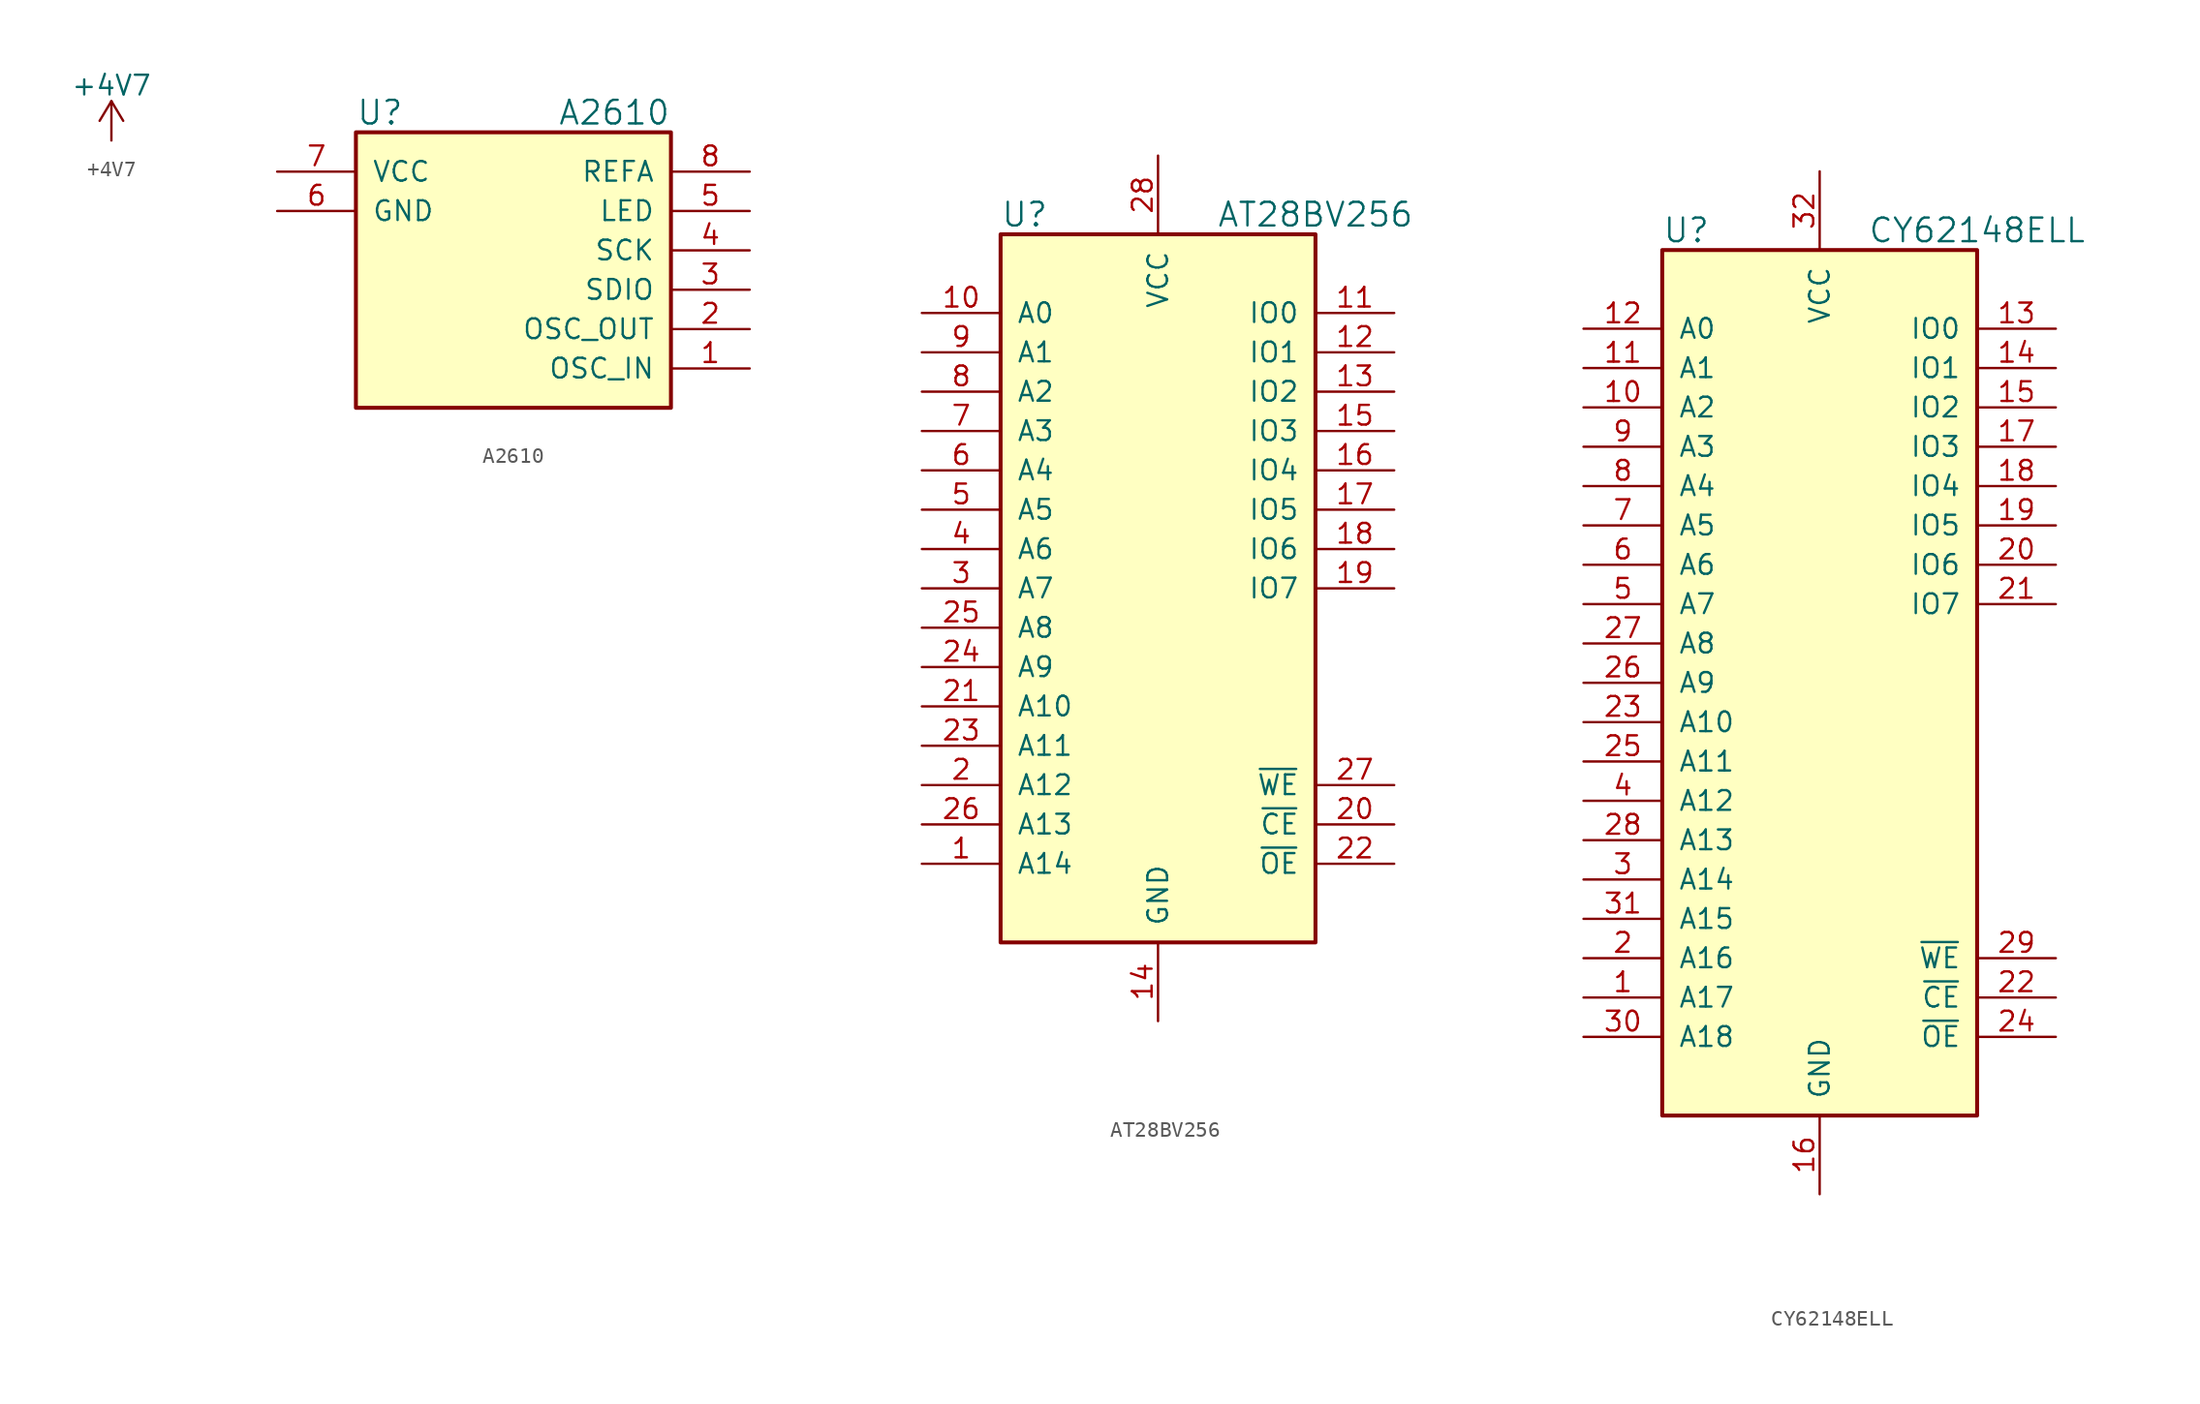
<source format=kicad_sym>
(kicad_symbol_lib
  (version 20211014)
  (generator kicad_symbol_editor)
  (symbol "+4V7"
    (power)
    (pin_names
      (offset 0))
    (property "Reference" "#PWR"
      (at 0 -3.81 0)
      (effects (font (size 1.27 1.27)) hide))
    (property "Value" "+4V7"
      (at 0 3.556 0)
      (effects (font (size 1.27 1.27))))
    (symbol "+4V7_0_1"
      (polyline (pts (xy -0.762 1.27) (xy 0 2.54)) (stroke (width 0) (type default) (color 0 0 0 0)) (fill (type none)))
      (polyline (pts (xy 0 0) (xy 0 2.54)) (stroke (width 0) (type default) (color 0 0 0 0)) (fill (type none)))
      (polyline (pts (xy 0 2.54) (xy 0.762 1.27)) (stroke (width 0) (type default) (color 0 0 0 0)) (fill (type none))))
    (symbol "+4V7_1_1"
      (pin power_in line (at 0 0 90) (length 0) hide (name "+4V7" (effects (font (size 1.27 1.27)))) (number "1" (effects (font (size 1.27 1.27)))))))
  (symbol "A2610"
    (pin_names
      (offset 1.016))
    (property "Reference" "U"
      (at -10.16 10.16 0)
      (effects (font (size 1.524 1.524)) (justify left)))
    (property "Value" "A2610"
      (at 10.16 10.16 0)
      (effects (font (size 1.524 1.524)) (justify right)))
    (property "Footprint" ""
      (at -15.24 6.35 0)
      (effects (font (size 1.524 1.524))))
    (property "Datasheet" ""
      (at -15.24 6.35 0)
      (effects (font (size 1.524 1.524))))
    (property "ki_locked" ""
      (at 0 0 0)
      (effects (font (size 1.27 1.27))))
    (symbol "A2610_1_1"
      (rectangle (start -10.16 8.89) (end 10.16 -8.89) (stroke (width 0.254) (type default) (color 0 0 0 0)) (fill (type background)))
      (pin bidirectional line (at 15.24 -6.35 180) (length 5.08) (name "OSC_IN" (effects (font (size 1.27 1.27)))) (number "1" (effects (font (size 1.27 1.27)))))
      (pin bidirectional line (at 15.24 -3.81 180) (length 5.08) (name "OSC_OUT" (effects (font (size 1.27 1.27)))) (number "2" (effects (font (size 1.27 1.27)))))
      (pin bidirectional line (at 15.24 -1.27 180) (length 5.08) (name "SDIO" (effects (font (size 1.27 1.27)))) (number "3" (effects (font (size 1.27 1.27)))))
      (pin bidirectional line (at 15.24 1.27 180) (length 5.08) (name "SCK" (effects (font (size 1.27 1.27)))) (number "4" (effects (font (size 1.27 1.27)))))
      (pin bidirectional line (at 15.24 3.81 180) (length 5.08) (name "LED" (effects (font (size 1.27 1.27)))) (number "5" (effects (font (size 1.27 1.27)))))
      (pin power_in line (at -15.24 3.81 0) (length 5.08) (name "GND" (effects (font (size 1.27 1.27)))) (number "6" (effects (font (size 1.27 1.27)))))
      (pin power_in line (at -15.24 6.35 0) (length 5.08) (name "VCC" (effects (font (size 1.27 1.27)))) (number "7" (effects (font (size 1.27 1.27)))))
      (pin bidirectional line (at 15.24 6.35 180) (length 5.08) (name "REFA" (effects (font (size 1.27 1.27)))) (number "8" (effects (font (size 1.27 1.27)))))))
  (symbol "AT28BV256"
    (pin_names
      (offset 1.016))
    (property "Reference" "U"
      (at -10.16 24.13 0)
      (effects (font (size 1.524 1.524)) (justify left)))
    (property "Value" "AT28BV256"
      (at 10.16 24.13 0)
      (effects (font (size 1.524 1.524))))
    (symbol "AT28BV256_1_1"
      (rectangle (start -10.16 22.86) (end 10.16 -22.86) (stroke (width 0.254) (type default) (color 0 0 0 0)) (fill (type background)))
      (pin input line (at -15.24 -17.78 0) (length 5.08) (name "A14" (effects (font (size 1.27 1.27)))) (number "1" (effects (font (size 1.27 1.27)))))
      (pin input line (at -15.24 17.78 0) (length 5.08) (name "A0" (effects (font (size 1.27 1.27)))) (number "10" (effects (font (size 1.27 1.27)))))
      (pin bidirectional line (at 15.24 17.78 180) (length 5.08) (name "IO0" (effects (font (size 1.27 1.27)))) (number "11" (effects (font (size 1.27 1.27)))))
      (pin bidirectional line (at 15.24 15.24 180) (length 5.08) (name "IO1" (effects (font (size 1.27 1.27)))) (number "12" (effects (font (size 1.27 1.27)))))
      (pin bidirectional line (at 15.24 12.7 180) (length 5.08) (name "IO2" (effects (font (size 1.27 1.27)))) (number "13" (effects (font (size 1.27 1.27)))))
      (pin power_in line (at 0 -27.94 90) (length 5.08) (name "GND" (effects (font (size 1.27 1.27)))) (number "14" (effects (font (size 1.27 1.27)))))
      (pin bidirectional line (at 15.24 10.16 180) (length 5.08) (name "IO3" (effects (font (size 1.27 1.27)))) (number "15" (effects (font (size 1.27 1.27)))))
      (pin bidirectional line (at 15.24 7.62 180) (length 5.08) (name "IO4" (effects (font (size 1.27 1.27)))) (number "16" (effects (font (size 1.27 1.27)))))
      (pin bidirectional line (at 15.24 5.08 180) (length 5.08) (name "IO5" (effects (font (size 1.27 1.27)))) (number "17" (effects (font (size 1.27 1.27)))))
      (pin bidirectional line (at 15.24 2.54 180) (length 5.08) (name "IO6" (effects (font (size 1.27 1.27)))) (number "18" (effects (font (size 1.27 1.27)))))
      (pin bidirectional line (at 15.24 0 180) (length 5.08) (name "IO7" (effects (font (size 1.27 1.27)))) (number "19" (effects (font (size 1.27 1.27)))))
      (pin input line (at -15.24 -12.7 0) (length 5.08) (name "A12" (effects (font (size 1.27 1.27)))) (number "2" (effects (font (size 1.27 1.27)))))
      (pin input line (at 15.24 -15.24 180) (length 5.08) (name "~{CE}" (effects (font (size 1.27 1.27)))) (number "20" (effects (font (size 1.27 1.27)))))
      (pin input line (at -15.24 -7.62 0) (length 5.08) (name "A10" (effects (font (size 1.27 1.27)))) (number "21" (effects (font (size 1.27 1.27)))))
      (pin input line (at 15.24 -17.78 180) (length 5.08) (name "~{OE}" (effects (font (size 1.27 1.27)))) (number "22" (effects (font (size 1.27 1.27)))))
      (pin input line (at -15.24 -10.16 0) (length 5.08) (name "A11" (effects (font (size 1.27 1.27)))) (number "23" (effects (font (size 1.27 1.27)))))
      (pin input line (at -15.24 -5.08 0) (length 5.08) (name "A9" (effects (font (size 1.27 1.27)))) (number "24" (effects (font (size 1.27 1.27)))))
      (pin input line (at -15.24 -2.54 0) (length 5.08) (name "A8" (effects (font (size 1.27 1.27)))) (number "25" (effects (font (size 1.27 1.27)))))
      (pin input line (at -15.24 -15.24 0) (length 5.08) (name "A13" (effects (font (size 1.27 1.27)))) (number "26" (effects (font (size 1.27 1.27)))))
      (pin input line (at 15.24 -12.7 180) (length 5.08) (name "~{WE}" (effects (font (size 1.27 1.27)))) (number "27" (effects (font (size 1.27 1.27)))))
      (pin power_in line (at 0 27.94 270) (length 5.08) (name "VCC" (effects (font (size 1.27 1.27)))) (number "28" (effects (font (size 1.27 1.27)))))
      (pin input line (at -15.24 0 0) (length 5.08) (name "A7" (effects (font (size 1.27 1.27)))) (number "3" (effects (font (size 1.27 1.27)))))
      (pin input line (at -15.24 2.54 0) (length 5.08) (name "A6" (effects (font (size 1.27 1.27)))) (number "4" (effects (font (size 1.27 1.27)))))
      (pin input line (at -15.24 5.08 0) (length 5.08) (name "A5" (effects (font (size 1.27 1.27)))) (number "5" (effects (font (size 1.27 1.27)))))
      (pin input line (at -15.24 7.62 0) (length 5.08) (name "A4" (effects (font (size 1.27 1.27)))) (number "6" (effects (font (size 1.27 1.27)))))
      (pin input line (at -15.24 10.16 0) (length 5.08) (name "A3" (effects (font (size 1.27 1.27)))) (number "7" (effects (font (size 1.27 1.27)))))
      (pin input line (at -15.24 12.7 0) (length 5.08) (name "A2" (effects (font (size 1.27 1.27)))) (number "8" (effects (font (size 1.27 1.27)))))
      (pin input line (at -15.24 15.24 0) (length 5.08) (name "A1" (effects (font (size 1.27 1.27)))) (number "9" (effects (font (size 1.27 1.27)))))))
  (symbol "CY62148ELL"
    (pin_names
      (offset 1.016))
    (property "Reference" "U"
      (at -10.16 29.21 0)
      (effects (font (size 1.524 1.524)) (justify left)))
    (property "Value" "CY62148ELL"
      (at 10.16 29.21 0)
      (effects (font (size 1.524 1.524))))
    (property "ki_locked" ""
      (at 0 0 0)
      (effects (font (size 1.27 1.27))))
    (symbol "CY62148ELL_1_1"
      (rectangle (start -10.16 27.94) (end 10.16 -27.94) (stroke (width 0.254) (type default) (color 0 0 0 0)) (fill (type background)))
      (pin input line (at -15.24 -20.32 0) (length 5.08) (name "A17" (effects (font (size 1.27 1.27)))) (number "1" (effects (font (size 1.27 1.27)))))
      (pin input line (at -15.24 17.78 0) (length 5.08) (name "A2" (effects (font (size 1.27 1.27)))) (number "10" (effects (font (size 1.27 1.27)))))
      (pin input line (at -15.24 20.32 0) (length 5.08) (name "A1" (effects (font (size 1.27 1.27)))) (number "11" (effects (font (size 1.27 1.27)))))
      (pin input line (at -15.24 22.86 0) (length 5.08) (name "A0" (effects (font (size 1.27 1.27)))) (number "12" (effects (font (size 1.27 1.27)))))
      (pin bidirectional line (at 15.24 22.86 180) (length 5.08) (name "IO0" (effects (font (size 1.27 1.27)))) (number "13" (effects (font (size 1.27 1.27)))))
      (pin bidirectional line (at 15.24 20.32 180) (length 5.08) (name "IO1" (effects (font (size 1.27 1.27)))) (number "14" (effects (font (size 1.27 1.27)))))
      (pin bidirectional line (at 15.24 17.78 180) (length 5.08) (name "IO2" (effects (font (size 1.27 1.27)))) (number "15" (effects (font (size 1.27 1.27)))))
      (pin power_in line (at 0 -33.02 90) (length 5.08) (name "GND" (effects (font (size 1.27 1.27)))) (number "16" (effects (font (size 1.27 1.27)))))
      (pin bidirectional line (at 15.24 15.24 180) (length 5.08) (name "IO3" (effects (font (size 1.27 1.27)))) (number "17" (effects (font (size 1.27 1.27)))))
      (pin bidirectional line (at 15.24 12.7 180) (length 5.08) (name "IO4" (effects (font (size 1.27 1.27)))) (number "18" (effects (font (size 1.27 1.27)))))
      (pin bidirectional line (at 15.24 10.16 180) (length 5.08) (name "IO5" (effects (font (size 1.27 1.27)))) (number "19" (effects (font (size 1.27 1.27)))))
      (pin input line (at -15.24 -17.78 0) (length 5.08) (name "A16" (effects (font (size 1.27 1.27)))) (number "2" (effects (font (size 1.27 1.27)))))
      (pin bidirectional line (at 15.24 7.62 180) (length 5.08) (name "IO6" (effects (font (size 1.27 1.27)))) (number "20" (effects (font (size 1.27 1.27)))))
      (pin bidirectional line (at 15.24 5.08 180) (length 5.08) (name "IO7" (effects (font (size 1.27 1.27)))) (number "21" (effects (font (size 1.27 1.27)))))
      (pin input line (at 15.24 -20.32 180) (length 5.08) (name "~{CE}" (effects (font (size 1.27 1.27)))) (number "22" (effects (font (size 1.27 1.27)))))
      (pin input line (at -15.24 -2.54 0) (length 5.08) (name "A10" (effects (font (size 1.27 1.27)))) (number "23" (effects (font (size 1.27 1.27)))))
      (pin input line (at 15.24 -22.86 180) (length 5.08) (name "~{OE}" (effects (font (size 1.27 1.27)))) (number "24" (effects (font (size 1.27 1.27)))))
      (pin input line (at -15.24 -5.08 0) (length 5.08) (name "A11" (effects (font (size 1.27 1.27)))) (number "25" (effects (font (size 1.27 1.27)))))
      (pin input line (at -15.24 0 0) (length 5.08) (name "A9" (effects (font (size 1.27 1.27)))) (number "26" (effects (font (size 1.27 1.27)))))
      (pin input line (at -15.24 2.54 0) (length 5.08) (name "A8" (effects (font (size 1.27 1.27)))) (number "27" (effects (font (size 1.27 1.27)))))
      (pin input line (at -15.24 -10.16 0) (length 5.08) (name "A13" (effects (font (size 1.27 1.27)))) (number "28" (effects (font (size 1.27 1.27)))))
      (pin input line (at 15.24 -17.78 180) (length 5.08) (name "~{WE}" (effects (font (size 1.27 1.27)))) (number "29" (effects (font (size 1.27 1.27)))))
      (pin input line (at -15.24 -12.7 0) (length 5.08) (name "A14" (effects (font (size 1.27 1.27)))) (number "3" (effects (font (size 1.27 1.27)))))
      (pin input line (at -15.24 -22.86 0) (length 5.08) (name "A18" (effects (font (size 1.27 1.27)))) (number "30" (effects (font (size 1.27 1.27)))))
      (pin input line (at -15.24 -15.24 0) (length 5.08) (name "A15" (effects (font (size 1.27 1.27)))) (number "31" (effects (font (size 1.27 1.27)))))
      (pin power_in line (at 0 33.02 270) (length 5.08) (name "VCC" (effects (font (size 1.27 1.27)))) (number "32" (effects (font (size 1.27 1.27)))))
      (pin input line (at -15.24 -7.62 0) (length 5.08) (name "A12" (effects (font (size 1.27 1.27)))) (number "4" (effects (font (size 1.27 1.27)))))
      (pin input line (at -15.24 5.08 0) (length 5.08) (name "A7" (effects (font (size 1.27 1.27)))) (number "5" (effects (font (size 1.27 1.27)))))
      (pin input line (at -15.24 7.62 0) (length 5.08) (name "A6" (effects (font (size 1.27 1.27)))) (number "6" (effects (font (size 1.27 1.27)))))
      (pin input line (at -15.24 10.16 0) (length 5.08) (name "A5" (effects (font (size 1.27 1.27)))) (number "7" (effects (font (size 1.27 1.27)))))
      (pin input line (at -15.24 12.7 0) (length 5.08) (name "A4" (effects (font (size 1.27 1.27)))) (number "8" (effects (font (size 1.27 1.27)))))
      (pin input line (at -15.24 15.24 0) (length 5.08) (name "A3" (effects (font (size 1.27 1.27)))) (number "9" (effects (font (size 1.27 1.27))))))))
</source>
